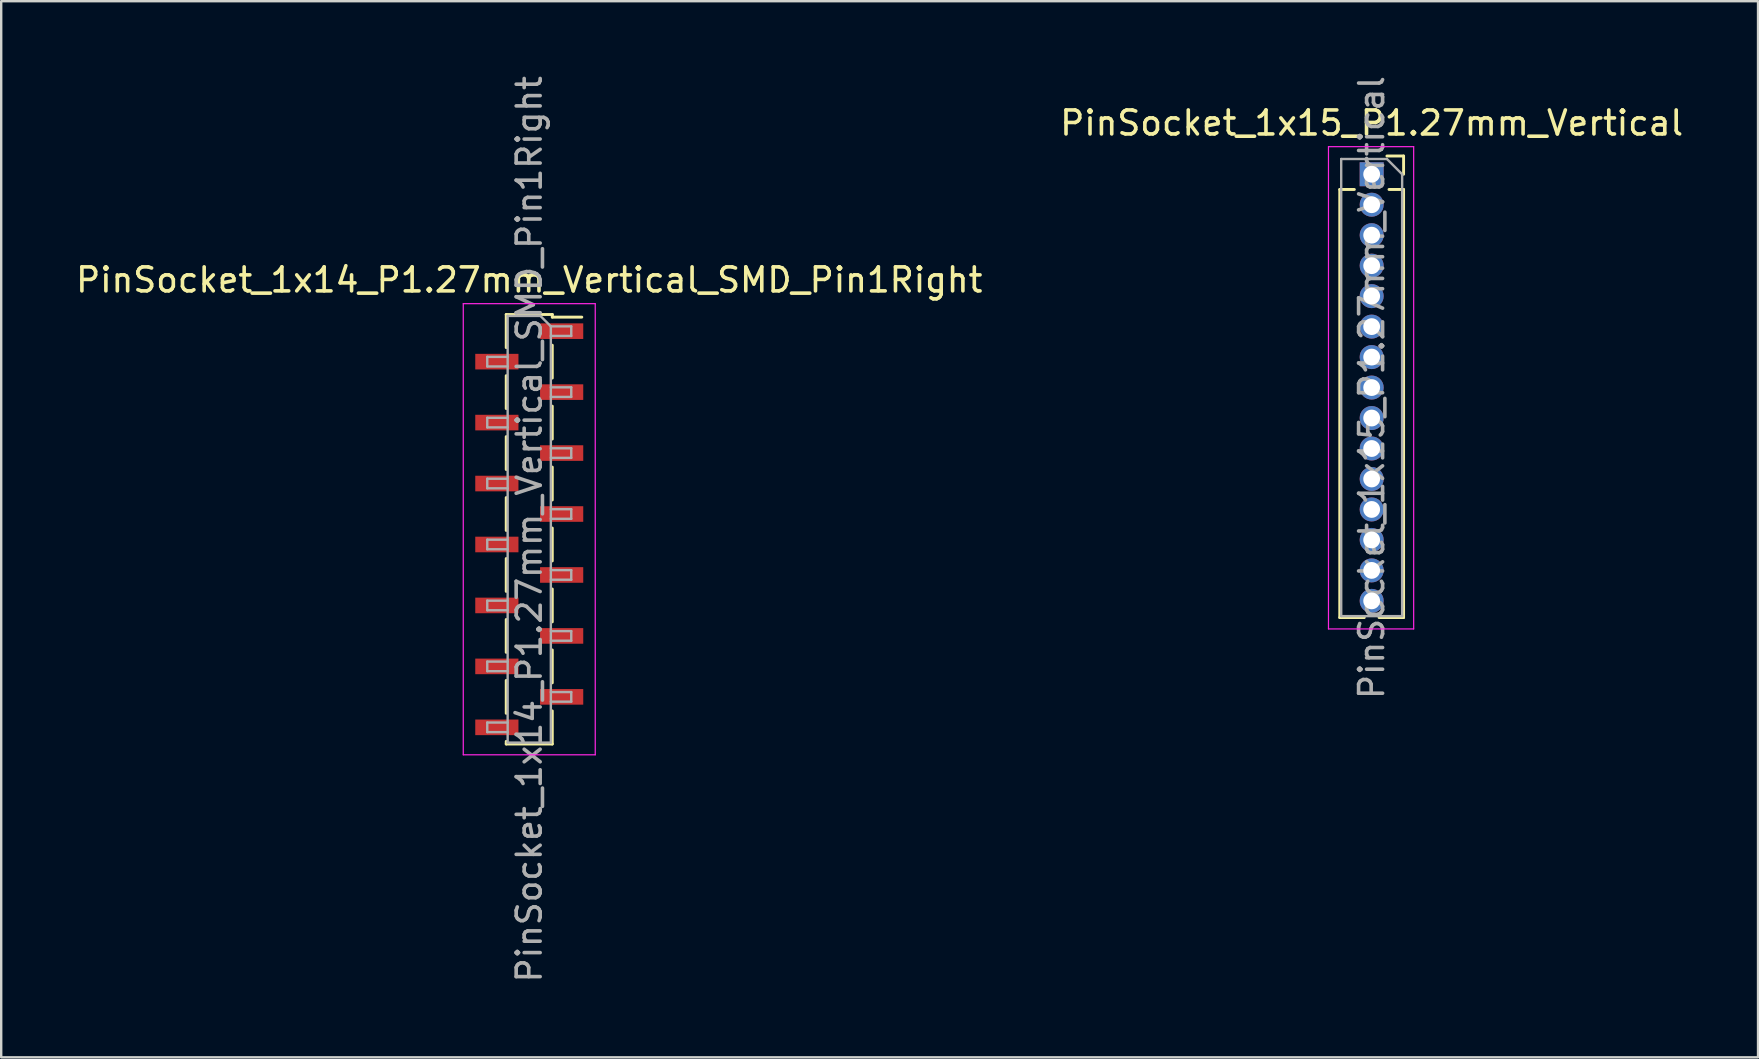
<source format=kicad_pcb>
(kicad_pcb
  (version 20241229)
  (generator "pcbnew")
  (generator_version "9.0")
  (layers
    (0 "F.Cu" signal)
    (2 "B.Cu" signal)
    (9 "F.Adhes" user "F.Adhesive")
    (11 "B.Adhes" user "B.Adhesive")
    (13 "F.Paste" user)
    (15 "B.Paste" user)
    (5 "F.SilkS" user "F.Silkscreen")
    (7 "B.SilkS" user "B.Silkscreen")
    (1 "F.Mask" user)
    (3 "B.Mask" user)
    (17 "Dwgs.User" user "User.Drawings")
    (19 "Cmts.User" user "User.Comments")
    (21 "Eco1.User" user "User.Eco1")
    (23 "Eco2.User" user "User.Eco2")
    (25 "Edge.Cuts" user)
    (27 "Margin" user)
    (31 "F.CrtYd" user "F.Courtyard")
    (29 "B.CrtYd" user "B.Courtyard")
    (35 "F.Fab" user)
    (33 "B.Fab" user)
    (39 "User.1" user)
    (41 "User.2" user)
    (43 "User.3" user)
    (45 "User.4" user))
  (footprint "PinSocket_1x14_P1.27mm_Vertical_SMD_Pin1Right"
    (layer "F.Cu")
    (at 19.006 19.006)
    (property "Reference" "PinSocket_1x14_P1.27mm_Vertical_SMD_Pin1Right" (at 0 -10.39 0) (layer "F.SilkS") (effects (font (size 1 1) (thickness 0.15))))
    (attr smd)
    (fp_line (start -0.96 -8.95) (end -0.96 -7.57) (stroke (width 0.12) (type solid)) (layer "F.SilkS"))
    (fp_line (start -0.96 -8.95) (end 0.96 -8.95) (stroke (width 0.12) (type solid)) (layer "F.SilkS"))
    (fp_line (start -0.96 -6.4) (end -0.96 -5.03) (stroke (width 0.12) (type solid)) (layer "F.SilkS"))
    (fp_line (start -0.96 -3.86) (end -0.96 -2.49) (stroke (width 0.12) (type solid)) (layer "F.SilkS"))
    (fp_line (start -0.96 -1.32) (end -0.96 0.05) (stroke (width 0.12) (type solid)) (layer "F.SilkS"))
    (fp_line (start -0.96 1.22) (end -0.96 2.59) (stroke (width 0.12) (type solid)) (layer "F.SilkS"))
    (fp_line (start -0.96 3.76) (end -0.96 5.13) (stroke (width 0.12) (type solid)) (layer "F.SilkS"))
    (fp_line (start -0.96 6.3) (end -0.96 7.67) (stroke (width 0.12) (type solid)) (layer "F.SilkS"))
    (fp_line (start -0.96 8.84) (end -0.96 8.95) (stroke (width 0.12) (type solid)) (layer "F.SilkS"))
    (fp_line (start -0.96 8.95) (end 0.96 8.95) (stroke (width 0.12) (type solid)) (layer "F.SilkS"))
    (fp_line (start 0.96 -8.95) (end 0.96 -8.84) (stroke (width 0.12) (type solid)) (layer "F.SilkS"))
    (fp_line (start 0.96 -8.84) (end 2.19 -8.84) (stroke (width 0.12) (type solid)) (layer "F.SilkS"))
    (fp_line (start 0.96 -7.67) (end 0.96 -6.3) (stroke (width 0.12) (type solid)) (layer "F.SilkS"))
    (fp_line (start 0.96 -5.13) (end 0.96 -3.76) (stroke (width 0.12) (type solid)) (layer "F.SilkS"))
    (fp_line (start 0.96 -2.59) (end 0.96 -1.22) (stroke (width 0.12) (type solid)) (layer "F.SilkS"))
    (fp_line (start 0.96 -0.05) (end 0.96 1.32) (stroke (width 0.12) (type solid)) (layer "F.SilkS"))
    (fp_line (start 0.96 2.49) (end 0.96 3.86) (stroke (width 0.12) (type solid)) (layer "F.SilkS"))
    (fp_line (start 0.96 5.03) (end 0.96 6.4) (stroke (width 0.12) (type solid)) (layer "F.SilkS"))
    (fp_line (start 0.96 7.57) (end 0.96 8.95) (stroke (width 0.12) (type solid)) (layer "F.SilkS"))
    (fp_line (start -2.75 -9.4) (end 2.75 -9.4) (stroke (width 0.05) (type solid)) (layer "F.CrtYd"))
    (fp_line (start -2.75 9.4) (end -2.75 -9.4) (stroke (width 0.05) (type solid)) (layer "F.CrtYd"))
    (fp_line (start 2.75 -9.4) (end 2.75 9.4) (stroke (width 0.05) (type solid)) (layer "F.CrtYd"))
    (fp_line (start 2.75 9.4) (end -2.75 9.4) (stroke (width 0.05) (type solid)) (layer "F.CrtYd"))
    (fp_line (start -1.75 -7.185) (end -0.9 -7.185) (stroke (width 0.1) (type solid)) (layer "F.Fab"))
    (fp_line (start -1.75 -6.785) (end -1.75 -7.185) (stroke (width 0.1) (type solid)) (layer "F.Fab"))
    (fp_line (start -1.75 -4.645) (end -0.9 -4.645) (stroke (width 0.1) (type solid)) (layer "F.Fab"))
    (fp_line (start -1.75 -4.245) (end -1.75 -4.645) (stroke (width 0.1) (type solid)) (layer "F.Fab"))
    (fp_line (start -1.75 -2.105) (end -0.9 -2.105) (stroke (width 0.1) (type solid)) (layer "F.Fab"))
    (fp_line (start -1.75 -1.705) (end -1.75 -2.105) (stroke (width 0.1) (type solid)) (layer "F.Fab"))
    (fp_line (start -1.75 0.435) (end -0.9 0.435) (stroke (width 0.1) (type solid)) (layer "F.Fab"))
    (fp_line (start -1.75 0.835) (end -1.75 0.435) (stroke (width 0.1) (type solid)) (layer "F.Fab"))
    (fp_line (start -1.75 2.975) (end -0.9 2.975) (stroke (width 0.1) (type solid)) (layer "F.Fab"))
    (fp_line (start -1.75 3.375) (end -1.75 2.975) (stroke (width 0.1) (type solid)) (layer "F.Fab"))
    (fp_line (start -1.75 5.515) (end -0.9 5.515) (stroke (width 0.1) (type solid)) (layer "F.Fab"))
    (fp_line (start -1.75 5.915) (end -1.75 5.515) (stroke (width 0.1) (type solid)) (layer "F.Fab"))
    (fp_line (start -1.75 8.055) (end -0.9 8.055) (stroke (width 0.1) (type solid)) (layer "F.Fab"))
    (fp_line (start -1.75 8.455) (end -1.75 8.055) (stroke (width 0.1) (type solid)) (layer "F.Fab"))
    (fp_line (start -0.9 -8.89) (end 0.465 -8.89) (stroke (width 0.1) (type solid)) (layer "F.Fab"))
    (fp_line (start -0.9 -6.785) (end -1.75 -6.785) (stroke (width 0.1) (type solid)) (layer "F.Fab"))
    (fp_line (start -0.9 -4.245) (end -1.75 -4.245) (stroke (width 0.1) (type solid)) (layer "F.Fab"))
    (fp_line (start -0.9 -1.705) (end -1.75 -1.705) (stroke (width 0.1) (type solid)) (layer "F.Fab"))
    (fp_line (start -0.9 0.835) (end -1.75 0.835) (stroke (width 0.1) (type solid)) (layer "F.Fab"))
    (fp_line (start -0.9 3.375) (end -1.75 3.375) (stroke (width 0.1) (type solid)) (layer "F.Fab"))
    (fp_line (start -0.9 5.915) (end -1.75 5.915) (stroke (width 0.1) (type solid)) (layer "F.Fab"))
    (fp_line (start -0.9 8.455) (end -1.75 8.455) (stroke (width 0.1) (type solid)) (layer "F.Fab"))
    (fp_line (start -0.9 8.89) (end -0.9 -8.89) (stroke (width 0.1) (type solid)) (layer "F.Fab"))
    (fp_line (start 0.465 -8.89) (end 0.9 -8.455) (stroke (width 0.1) (type solid)) (layer "F.Fab"))
    (fp_line (start 0.9 -8.455) (end 0.9 8.89) (stroke (width 0.1) (type solid)) (layer "F.Fab"))
    (fp_line (start 0.9 -8.455) (end 1.75 -8.455) (stroke (width 0.1) (type solid)) (layer "F.Fab"))
    (fp_line (start 0.9 -5.915) (end 1.75 -5.915) (stroke (width 0.1) (type solid)) (layer "F.Fab"))
    (fp_line (start 0.9 -3.375) (end 1.75 -3.375) (stroke (width 0.1) (type solid)) (layer "F.Fab"))
    (fp_line (start 0.9 -0.835) (end 1.75 -0.835) (stroke (width 0.1) (type solid)) (layer "F.Fab"))
    (fp_line (start 0.9 1.705) (end 1.75 1.705) (stroke (width 0.1) (type solid)) (layer "F.Fab"))
    (fp_line (start 0.9 4.245) (end 1.75 4.245) (stroke (width 0.1) (type solid)) (layer "F.Fab"))
    (fp_line (start 0.9 6.785) (end 1.75 6.785) (stroke (width 0.1) (type solid)) (layer "F.Fab"))
    (fp_line (start 0.9 8.89) (end -0.9 8.89) (stroke (width 0.1) (type solid)) (layer "F.Fab"))
    (fp_line (start 1.75 -8.455) (end 1.75 -8.055) (stroke (width 0.1) (type solid)) (layer "F.Fab"))
    (fp_line (start 1.75 -8.055) (end 0.9 -8.055) (stroke (width 0.1) (type solid)) (layer "F.Fab"))
    (fp_line (start 1.75 -5.915) (end 1.75 -5.515) (stroke (width 0.1) (type solid)) (layer "F.Fab"))
    (fp_line (start 1.75 -5.515) (end 0.9 -5.515) (stroke (width 0.1) (type solid)) (layer "F.Fab"))
    (fp_line (start 1.75 -3.375) (end 1.75 -2.975) (stroke (width 0.1) (type solid)) (layer "F.Fab"))
    (fp_line (start 1.75 -2.975) (end 0.9 -2.975) (stroke (width 0.1) (type solid)) (layer "F.Fab"))
    (fp_line (start 1.75 -0.835) (end 1.75 -0.435) (stroke (width 0.1) (type solid)) (layer "F.Fab"))
    (fp_line (start 1.75 -0.435) (end 0.9 -0.435) (stroke (width 0.1) (type solid)) (layer "F.Fab"))
    (fp_line (start 1.75 1.705) (end 1.75 2.105) (stroke (width 0.1) (type solid)) (layer "F.Fab"))
    (fp_line (start 1.75 2.105) (end 0.9 2.105) (stroke (width 0.1) (type solid)) (layer "F.Fab"))
    (fp_line (start 1.75 4.245) (end 1.75 4.645) (stroke (width 0.1) (type solid)) (layer "F.Fab"))
    (fp_line (start 1.75 4.645) (end 0.9 4.645) (stroke (width 0.1) (type solid)) (layer "F.Fab"))
    (fp_line (start 1.75 6.785) (end 1.75 7.185) (stroke (width 0.1) (type solid)) (layer "F.Fab"))
    (fp_line (start 1.75 7.185) (end 0.9 7.185) (stroke (width 0.1) (type solid)) (layer "F.Fab"))
    (fp_text user "${REFERENCE}" (at 0 0 90) (layer "F.Fab") (effects (font (size 1 1) (thickness 0.15))))
    (pad "1" smd rect (at 1.35 -8.255) (size 1.8 0.65) (layers "F.Cu" "F.Mask" "F.Paste"))
    (pad "2" smd rect (at -1.35 -6.985) (size 1.8 0.65) (layers "F.Cu" "F.Mask" "F.Paste"))
    (pad "3" smd rect (at 1.35 -5.715) (size 1.8 0.65) (layers "F.Cu" "F.Mask" "F.Paste"))
    (pad "4" smd rect (at -1.35 -4.445) (size 1.8 0.65) (layers "F.Cu" "F.Mask" "F.Paste"))
    (pad "5" smd rect (at 1.35 -3.175) (size 1.8 0.65) (layers "F.Cu" "F.Mask" "F.Paste"))
    (pad "6" smd rect (at -1.35 -1.905) (size 1.8 0.65) (layers "F.Cu" "F.Mask" "F.Paste"))
    (pad "7" smd rect (at 1.35 -0.635) (size 1.8 0.65) (layers "F.Cu" "F.Mask" "F.Paste"))
    (pad "8" smd rect (at -1.35 0.635) (size 1.8 0.65) (layers "F.Cu" "F.Mask" "F.Paste"))
    (pad "9" smd rect (at 1.35 1.905) (size 1.8 0.65) (layers "F.Cu" "F.Mask" "F.Paste"))
    (pad "10" smd rect (at -1.35 3.175) (size 1.8 0.65) (layers "F.Cu" "F.Mask" "F.Paste"))
    (pad "11" smd rect (at 1.35 4.445) (size 1.8 0.65) (layers "F.Cu" "F.Mask" "F.Paste"))
    (pad "12" smd rect (at -1.35 5.715) (size 1.8 0.65) (layers "F.Cu" "F.Mask" "F.Paste"))
    (pad "13" smd rect (at 1.35 6.985) (size 1.8 0.65) (layers "F.Cu" "F.Mask" "F.Paste"))
    (pad "14" smd rect (at -1.35 8.255) (size 1.8 0.65) (layers "F.Cu" "F.Mask" "F.Paste")))
  (footprint "PinSocket_1x15_P1.27mm_Vertical"
    (layer "F.Cu")
    (at 54.113 4.211)
    (property "Reference" "PinSocket_1x15_P1.27mm_Vertical" (at 0 -2.135 0) (layer "F.SilkS") (effects (font (size 1 1) (thickness 0.15))))
    (attr through_hole)
    (fp_line (start -1.33 0.635) (end -1.33 18.475) (stroke (width 0.12) (type solid)) (layer "F.SilkS"))
    (fp_line (start -1.33 0.635) (end -0.722 0.635) (stroke (width 0.12) (type solid)) (layer "F.SilkS"))
    (fp_line (start -1.33 18.475) (end -0.308 18.475) (stroke (width 0.12) (type solid)) (layer "F.SilkS"))
    (fp_line (start 0.308 18.475) (end 1.33 18.475) (stroke (width 0.12) (type solid)) (layer "F.SilkS"))
    (fp_line (start 0.635 -0.76) (end 1.33 -0.76) (stroke (width 0.12) (type solid)) (layer "F.SilkS"))
    (fp_line (start 0.722 0.635) (end 1.33 0.635) (stroke (width 0.12) (type solid)) (layer "F.SilkS"))
    (fp_line (start 1.33 -0.76) (end 1.33 0) (stroke (width 0.12) (type solid)) (layer "F.SilkS"))
    (fp_line (start 1.33 0.635) (end 1.33 18.475) (stroke (width 0.12) (type solid)) (layer "F.SilkS"))
    (fp_line (start -1.8 -1.15) (end 1.75 -1.15) (stroke (width 0.05) (type solid)) (layer "F.CrtYd"))
    (fp_line (start -1.8 18.95) (end -1.8 -1.15) (stroke (width 0.05) (type solid)) (layer "F.CrtYd"))
    (fp_line (start 1.75 -1.15) (end 1.75 18.95) (stroke (width 0.05) (type solid)) (layer "F.CrtYd"))
    (fp_line (start 1.75 18.95) (end -1.8 18.95) (stroke (width 0.05) (type solid)) (layer "F.CrtYd"))
    (fp_line (start -1.27 -0.635) (end 0.635 -0.635) (stroke (width 0.1) (type solid)) (layer "F.Fab"))
    (fp_line (start -1.27 18.415) (end -1.27 -0.635) (stroke (width 0.1) (type solid)) (layer "F.Fab"))
    (fp_line (start 0.635 -0.635) (end 1.27 0) (stroke (width 0.1) (type solid)) (layer "F.Fab"))
    (fp_line (start 1.27 0) (end 1.27 18.415) (stroke (width 0.1) (type solid)) (layer "F.Fab"))
    (fp_line (start 1.27 18.415) (end -1.27 18.415) (stroke (width 0.1) (type solid)) (layer "F.Fab"))
    (fp_text user "${REFERENCE}" (at 0 8.89 90) (layer "F.Fab") (effects (font (size 1 1) (thickness 0.15))))
    (pad "1" thru_hole rect (at 0 0) (size 1 1) (drill 0.7) (layers "*.Cu" "*.Mask"))
    (pad "2" thru_hole oval (at 0 1.27) (size 1 1) (drill 0.7) (layers "*.Cu" "*.Mask"))
    (pad "3" thru_hole oval (at 0 2.54) (size 1 1) (drill 0.7) (layers "*.Cu" "*.Mask"))
    (pad "4" thru_hole oval (at 0 3.81) (size 1 1) (drill 0.7) (layers "*.Cu" "*.Mask"))
    (pad "5" thru_hole oval (at 0 5.08) (size 1 1) (drill 0.7) (layers "*.Cu" "*.Mask"))
    (pad "6" thru_hole oval (at 0 6.35) (size 1 1) (drill 0.7) (layers "*.Cu" "*.Mask"))
    (pad "7" thru_hole oval (at 0 7.62) (size 1 1) (drill 0.7) (layers "*.Cu" "*.Mask"))
    (pad "8" thru_hole oval (at 0 8.89) (size 1 1) (drill 0.7) (layers "*.Cu" "*.Mask"))
    (pad "9" thru_hole oval (at 0 10.16) (size 1 1) (drill 0.7) (layers "*.Cu" "*.Mask"))
    (pad "10" thru_hole oval (at 0 11.43) (size 1 1) (drill 0.7) (layers "*.Cu" "*.Mask"))
    (pad "11" thru_hole oval (at 0 12.7) (size 1 1) (drill 0.7) (layers "*.Cu" "*.Mask"))
    (pad "12" thru_hole oval (at 0 13.97) (size 1 1) (drill 0.7) (layers "*.Cu" "*.Mask"))
    (pad "13" thru_hole oval (at 0 15.24) (size 1 1) (drill 0.7) (layers "*.Cu" "*.Mask"))
    (pad "14" thru_hole oval (at 0 16.51) (size 1 1) (drill 0.7) (layers "*.Cu" "*.Mask"))
    (pad "15" thru_hole oval (at 0 17.78) (size 1 1) (drill 0.7) (layers "*.Cu" "*.Mask")))
  (gr_rect
    (start -3 -3)
    (end 70.214 41.012)
    (stroke (width 0.1) (type default))
    (fill no)
    (layer "Edge.Cuts")))
</source>
